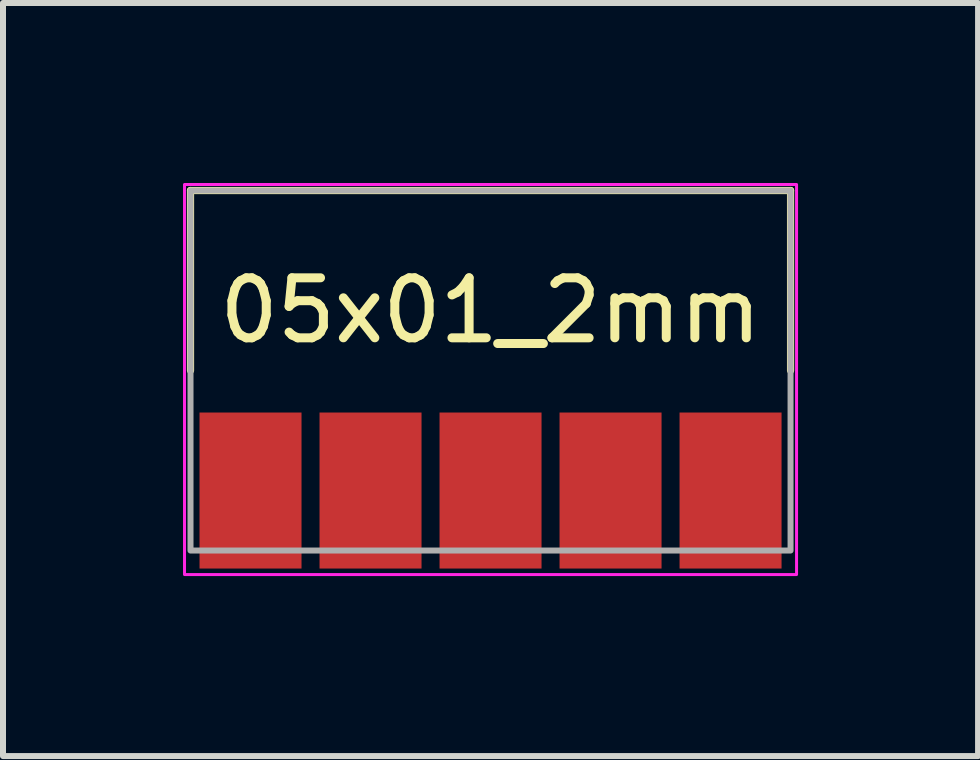
<source format=kicad_pcb>
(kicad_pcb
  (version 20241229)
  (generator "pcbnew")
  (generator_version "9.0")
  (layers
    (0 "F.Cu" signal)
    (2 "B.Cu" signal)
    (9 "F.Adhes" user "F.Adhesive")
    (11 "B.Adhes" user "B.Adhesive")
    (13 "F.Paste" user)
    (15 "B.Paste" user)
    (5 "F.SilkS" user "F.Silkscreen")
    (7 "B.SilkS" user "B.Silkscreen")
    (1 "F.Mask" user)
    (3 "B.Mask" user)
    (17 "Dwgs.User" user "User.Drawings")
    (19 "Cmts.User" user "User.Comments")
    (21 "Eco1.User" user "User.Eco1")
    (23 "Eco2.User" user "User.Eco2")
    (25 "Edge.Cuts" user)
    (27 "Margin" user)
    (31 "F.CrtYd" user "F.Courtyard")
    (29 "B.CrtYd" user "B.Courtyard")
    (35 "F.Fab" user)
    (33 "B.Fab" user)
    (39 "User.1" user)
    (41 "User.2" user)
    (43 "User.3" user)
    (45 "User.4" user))
  (footprint "05x01_2mm"
    (layer "F.Cu")
    (at 5.125 5.125)
    (property "Reference" "05x01_2mm" (at 0 -3 0) (unlocked yes) (layer "F.SilkS") (effects (font (size 1 1) (thickness 0.15))))
    (attr smd)
    (fp_line (start -5 -5) (end -5 -2) (stroke (width 0.12) (type solid)) (layer "F.SilkS"))
    (fp_line (start 5 -5) (end -5 -5) (stroke (width 0.12) (type solid)) (layer "F.SilkS"))
    (fp_line (start 5 -2) (end 5 -5) (stroke (width 0.12) (type solid)) (layer "F.SilkS"))
    (fp_rect (start -5.1 -5.1) (end 5.1 1.4) (stroke (width 0.05) (type solid)) (fill no) (layer "F.CrtYd"))
    (fp_rect (start 5 1) (end -5 -5) (stroke (width 0.1) (type solid)) (fill no) (layer "F.Fab"))
    (pad "1" smd rect (at -4 0) (size 1.7 2.6) (layers "F.Cu" "F.Mask" "F.Paste"))
    (pad "2" smd rect (at -2 0) (size 1.7 2.6) (layers "F.Cu" "F.Mask" "F.Paste"))
    (pad "3" smd rect (at 0 0) (size 1.7 2.6) (layers "F.Cu" "F.Mask" "F.Paste"))
    (pad "4" smd rect (at 2 0) (size 1.7 2.6) (layers "F.Cu" "F.Mask" "F.Paste"))
    (pad "5" smd rect (at 4 0) (size 1.7 2.6) (layers "F.Cu" "F.Mask" "F.Paste")))
  (gr_rect
    (start -3 -3)
    (end 13.25 9.55)
    (stroke (width 0.1) (type default))
    (fill no)
    (layer "Edge.Cuts")))
</source>
